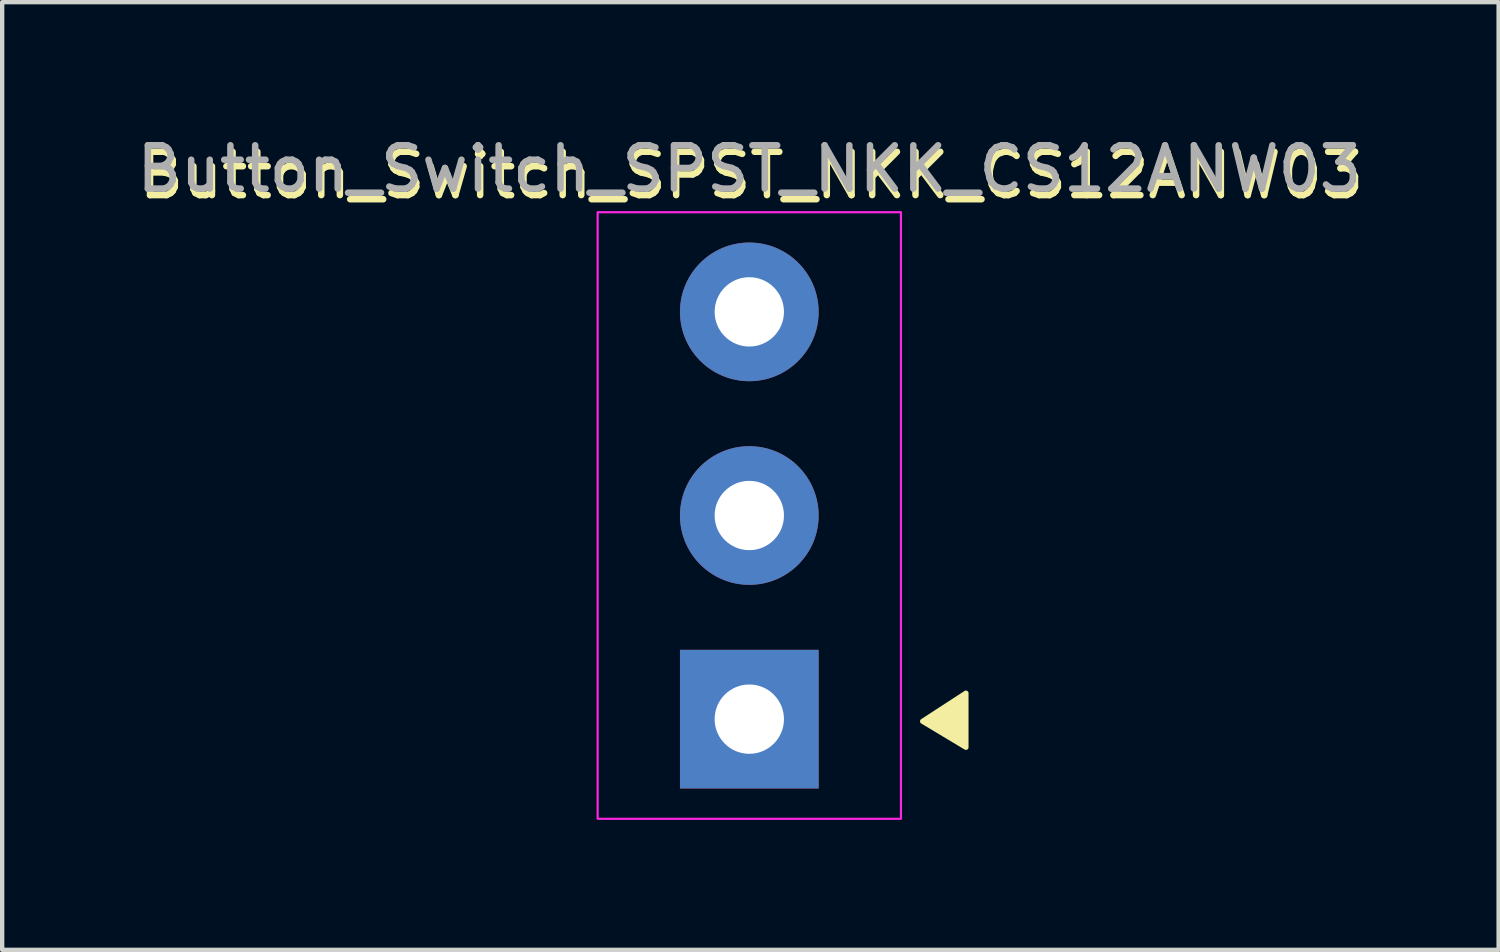
<source format=kicad_pcb>
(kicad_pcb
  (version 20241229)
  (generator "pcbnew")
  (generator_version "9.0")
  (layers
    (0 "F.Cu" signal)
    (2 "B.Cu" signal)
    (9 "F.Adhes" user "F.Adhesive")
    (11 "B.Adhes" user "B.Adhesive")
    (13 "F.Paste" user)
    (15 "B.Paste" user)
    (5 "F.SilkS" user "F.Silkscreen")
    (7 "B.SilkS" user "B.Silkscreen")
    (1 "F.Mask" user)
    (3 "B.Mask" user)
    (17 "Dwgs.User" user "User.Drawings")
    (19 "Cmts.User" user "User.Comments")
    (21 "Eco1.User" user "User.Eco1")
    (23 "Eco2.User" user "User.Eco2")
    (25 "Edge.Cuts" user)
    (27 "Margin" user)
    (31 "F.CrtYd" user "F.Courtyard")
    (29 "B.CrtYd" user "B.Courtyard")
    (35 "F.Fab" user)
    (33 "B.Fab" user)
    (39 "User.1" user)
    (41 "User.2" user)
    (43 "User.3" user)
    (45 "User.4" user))
  (footprint "Button_Switch_SPST_NKK_CS12ANW03"
    (layer "F.Cu")
    (at 14.244 8.848)
    (property "Reference" "Button_Switch_SPST_NKK_CS12ANW03" (at 0.05 -7.85 0) (unlocked yes) (layer "F.SilkS") (effects (font (size 1 1) (thickness 0.15))))
    (attr through_hole)
    (fp_poly (pts (xy 5 5.35) (xy 4 4.75) (xy 5 4.1)) (stroke (width 0.12) (type solid)) (fill yes) (layer "F.SilkS"))
    (fp_rect (start -3.5 -7) (end 3.5 7) (stroke (width 0.05) (type solid)) (fill no) (layer "F.CrtYd"))
    (fp_text user "${REFERENCE}" (at 0 -8 0) (unlocked yes) (layer "F.Fab") (effects (font (size 1 1) (thickness 0.15))))
    (pad "1" thru_hole rect (at 0 4.7) (size 3.2 3.2) (drill 1.6) (layers "*.Cu" "*.Mask"))
    (pad "2" thru_hole circle (at 0 0) (size 3.2 3.2) (drill 1.6) (layers "*.Cu" "*.Mask"))
    (pad "3" thru_hole circle (at 0 -4.7) (size 3.2 3.2) (drill 1.6) (layers "*.Cu" "*.Mask")))
  (gr_rect
    (start -3 -3)
    (end 31.538 18.873)
    (stroke (width 0.1) (type default))
    (fill no)
    (layer "Edge.Cuts")))
</source>
